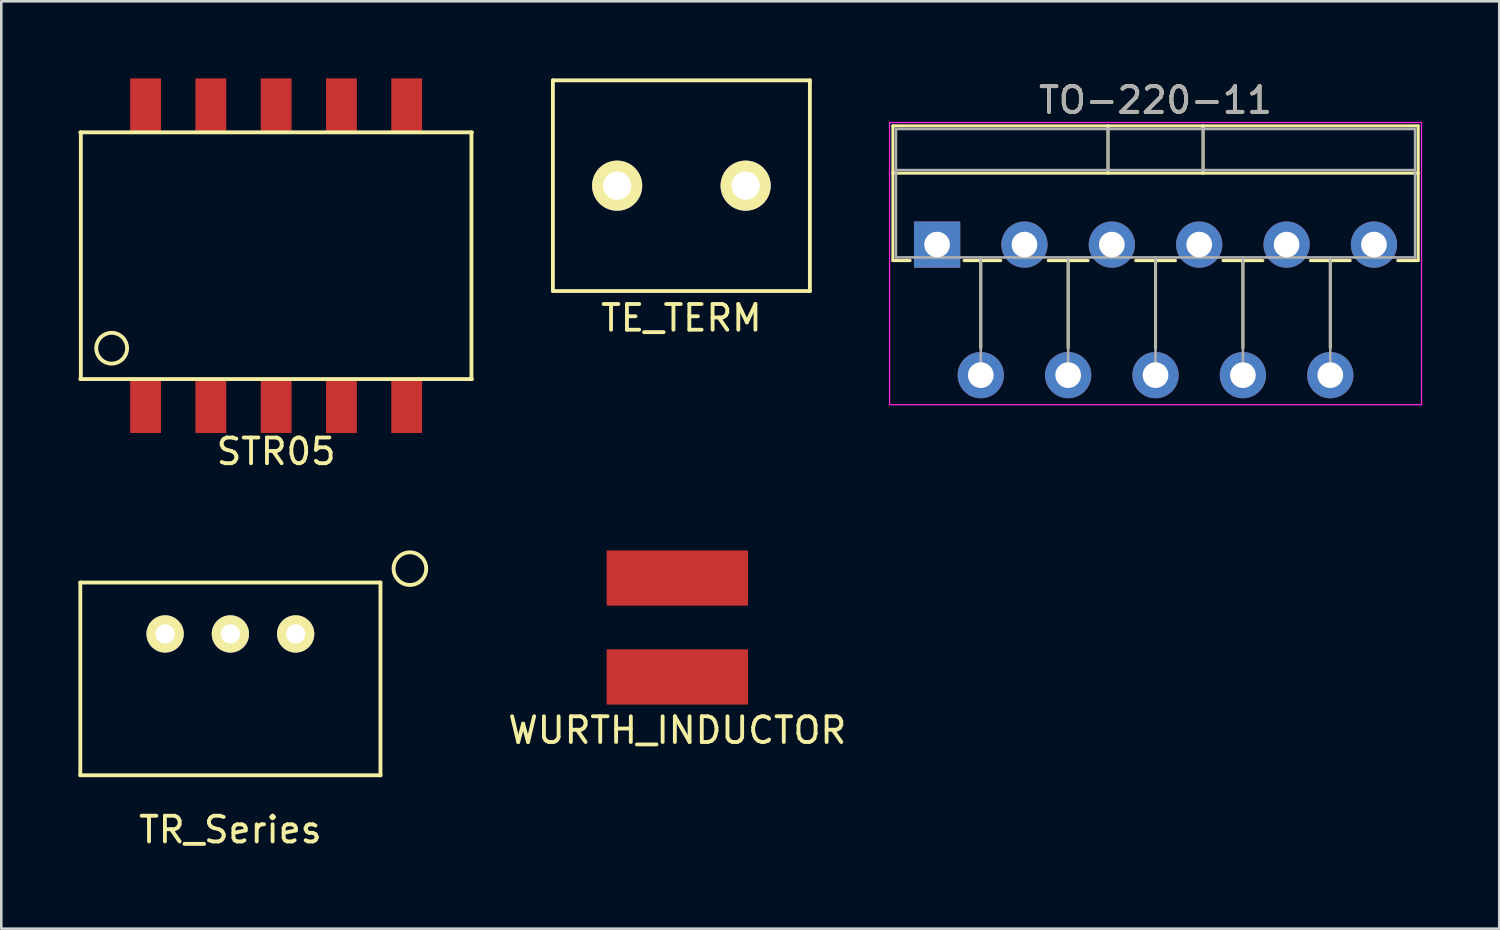
<source format=kicad_pcb>
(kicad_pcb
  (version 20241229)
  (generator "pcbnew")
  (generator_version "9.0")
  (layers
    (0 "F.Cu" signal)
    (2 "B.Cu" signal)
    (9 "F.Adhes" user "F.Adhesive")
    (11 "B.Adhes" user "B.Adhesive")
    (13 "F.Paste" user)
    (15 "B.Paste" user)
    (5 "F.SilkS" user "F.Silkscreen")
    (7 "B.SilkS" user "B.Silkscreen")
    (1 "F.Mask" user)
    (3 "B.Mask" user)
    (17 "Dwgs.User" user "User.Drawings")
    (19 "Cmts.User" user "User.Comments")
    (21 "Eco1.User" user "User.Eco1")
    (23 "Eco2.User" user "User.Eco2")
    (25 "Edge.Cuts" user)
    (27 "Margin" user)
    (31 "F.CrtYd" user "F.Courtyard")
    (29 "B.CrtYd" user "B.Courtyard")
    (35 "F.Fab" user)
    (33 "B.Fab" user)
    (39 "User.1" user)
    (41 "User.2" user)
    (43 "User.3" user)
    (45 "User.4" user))
  (footprint "TE_TERM"
    (layer "F.Cu")
    (at 23.465 4.175)
    (property "Reference" "TE_TERM" (at 0 5.15 0) (layer "F.SilkS") (effects (font (size 1 1) (thickness 0.15))))
    (attr through_hole)
    (fp_line (start -5 -4.1) (end -5 4.1) (stroke (width 0.15) (type solid)) (layer "F.SilkS"))
    (fp_line (start -5 -4.1) (end 5 -4.1) (stroke (width 0.15) (type solid)) (layer "F.SilkS"))
    (fp_line (start -5 4.1) (end 5 4.1) (stroke (width 0.15) (type solid)) (layer "F.SilkS"))
    (fp_line (start 5 -4.1) (end 5 4.1) (stroke (width 0.15) (type solid)) (layer "F.SilkS"))
    (pad "1" thru_hole circle (at -2.5 0) (size 1.95 1.95) (drill 1.1) (layers "*.Cu" "*.Mask" "F.SilkS"))
    (pad "2" thru_hole circle (at 2.5 0) (size 1.95 1.95) (drill 1.1) (layers "*.Cu" "*.Mask" "F.SilkS")))
  (footprint "WURTH_INDUCTOR"
    (layer "F.Cu")
    (at 23.306 21.368)
    (property "Reference" "WURTH_INDUCTOR" (at 0 4 0) (layer "F.SilkS") (effects (font (size 1 1) (thickness 0.15))))
    (attr through_hole)
    (pad "1" smd rect (at 0 -1.925) (size 5.5 2.15) (layers "F.Cu" "F.Mask" "F.Paste"))
    (pad "2" smd rect (at 0 1.925) (size 5.5 2.15) (layers "F.Cu" "F.Mask" "F.Paste")))
  (footprint "TR_Series"
    (layer "F.Cu")
    (at 5.915 21.618)
    (property "Reference" "TR_Series" (at 0 7.62 0) (layer "F.SilkS") (effects (font (size 1 1) (thickness 0.15))))
    (attr through_hole)
    (fp_line (start -5.84 -2) (end -5.84 5.5) (stroke (width 0.15) (type solid)) (layer "F.SilkS"))
    (fp_line (start -5.84 5.5) (end 5.84 5.5) (stroke (width 0.15) (type solid)) (layer "F.SilkS"))
    (fp_line (start 5.84 -2) (end -5.84 -2) (stroke (width 0.15) (type solid)) (layer "F.SilkS"))
    (fp_line (start 5.84 5.5) (end 5.84 -2) (stroke (width 0.15) (type solid)) (layer "F.SilkS"))
    (fp_circle (center 6.985 -2.54) (end 6.985 -3.175) (stroke (width 0.15) (type solid)) (fill no) (layer "F.SilkS"))
    (pad "GND" thru_hole circle (at 0 0) (size 1.45 1.45) (drill 0.75) (layers "*.Cu" "*.Mask" "F.SilkS"))
    (pad "VI" thru_hole circle (at 2.54 0) (size 1.45 1.45) (drill 0.75) (layers "*.Cu" "*.Mask" "F.SilkS"))
    (pad "VO" thru_hole circle (at -2.54 0) (size 1.45 1.45) (drill 0.75) (layers "*.Cu" "*.Mask" "F.SilkS")))
  (footprint "STR05"
    (layer "F.Cu")
    (at 7.695 6.9)
    (property "Reference" "STR05" (at 0 7.62 0) (layer "F.SilkS") (effects (font (size 1 1) (thickness 0.15))))
    (attr through_hole)
    (fp_line (start -7.62 -4.8) (end 7.62 -4.8) (stroke (width 0.15) (type solid)) (layer "F.SilkS"))
    (fp_line (start -7.6 -4.8) (end -7.6 4.8) (stroke (width 0.15) (type solid)) (layer "F.SilkS"))
    (fp_line (start 7.6 4.8) (end 7.6 -4.8) (stroke (width 0.15) (type solid)) (layer "F.SilkS"))
    (fp_line (start 7.62 4.8) (end -7.62 4.8) (stroke (width 0.15) (type solid)) (layer "F.SilkS"))
    (fp_circle (center -6.4 3.6) (end -6.4 3) (stroke (width 0.15) (type solid)) (fill no) (layer "F.SilkS"))
    (pad "1" smd rect (at -5.08 5.85) (size 1.2 2.1) (layers "F.Cu" "F.Mask" "F.Paste"))
    (pad "2" smd rect (at -2.54 5.85) (size 1.2 2.1) (layers "F.Cu" "F.Mask" "F.Paste"))
    (pad "3" smd rect (at 0 5.85) (size 1.2 2.1) (layers "F.Cu" "F.Mask" "F.Paste"))
    (pad "4" smd rect (at 2.54 5.85) (size 1.2 2.1) (layers "F.Cu" "F.Mask" "F.Paste"))
    (pad "5" smd rect (at 5.08 5.85) (size 1.2 2.1) (layers "F.Cu" "F.Mask" "F.Paste"))
    (pad "6" smd rect (at 5.08 -5.85) (size 1.2 2.1) (layers "F.Cu" "F.Mask" "F.Paste"))
    (pad "7" smd rect (at 2.54 -5.85) (size 1.2 2.1) (layers "F.Cu" "F.Mask" "F.Paste"))
    (pad "8" smd rect (at 0 -5.85) (size 1.2 2.1) (layers "F.Cu" "F.Mask" "F.Paste"))
    (pad "9" smd rect (at -2.54 -5.85) (size 1.2 2.1) (layers "F.Cu" "F.Mask" "F.Paste"))
    (pad "10" smd rect (at -5.08 -5.85) (size 1.2 2.1) (layers "F.Cu" "F.Mask" "F.Paste")))
  (footprint "TO-220-11"
    (layer "F.Cu")
    (at 33.415 6.468)
    (property "Reference" "TO-220-11" (at 8.5 -5.62 0) (layer "F.SilkS") (effects (font (size 1 1) (thickness 0.15))))
    (attr through_hole)
    (fp_line (start -1.72 -4.62) (end -1.72 0.621) (stroke (width 0.12) (type solid)) (layer "F.SilkS"))
    (fp_line (start -1.72 -4.62) (end 18.72 -4.62) (stroke (width 0.12) (type solid)) (layer "F.SilkS"))
    (fp_line (start -1.72 -2.78) (end 18.72 -2.78) (stroke (width 0.12) (type solid)) (layer "F.SilkS"))
    (fp_line (start -1.72 0.621) (end -1.05 0.621) (stroke (width 0.12) (type solid)) (layer "F.SilkS"))
    (fp_line (start 1.05 0.621) (end 2.476 0.621) (stroke (width 0.12) (type solid)) (layer "F.SilkS"))
    (fp_line (start 1.7 0.621) (end 1.7 4.015) (stroke (width 0.12) (type solid)) (layer "F.SilkS"))
    (fp_line (start 4.325 0.621) (end 5.876 0.621) (stroke (width 0.12) (type solid)) (layer "F.SilkS"))
    (fp_line (start 5.1 0.621) (end 5.1 4.015) (stroke (width 0.12) (type solid)) (layer "F.SilkS"))
    (fp_line (start 6.65 -4.62) (end 6.65 -2.78) (stroke (width 0.12) (type solid)) (layer "F.SilkS"))
    (fp_line (start 7.725 0.621) (end 9.276 0.621) (stroke (width 0.12) (type solid)) (layer "F.SilkS"))
    (fp_line (start 8.5 0.621) (end 8.5 4.015) (stroke (width 0.12) (type solid)) (layer "F.SilkS"))
    (fp_line (start 10.35 -4.62) (end 10.35 -2.78) (stroke (width 0.12) (type solid)) (layer "F.SilkS"))
    (fp_line (start 11.125 0.621) (end 12.676 0.621) (stroke (width 0.12) (type solid)) (layer "F.SilkS"))
    (fp_line (start 11.9 0.621) (end 11.9 4.015) (stroke (width 0.12) (type solid)) (layer "F.SilkS"))
    (fp_line (start 14.525 0.621) (end 16.076 0.621) (stroke (width 0.12) (type solid)) (layer "F.SilkS"))
    (fp_line (start 15.3 0.621) (end 15.3 4.015) (stroke (width 0.12) (type solid)) (layer "F.SilkS"))
    (fp_line (start 17.925 0.621) (end 18.72 0.621) (stroke (width 0.12) (type solid)) (layer "F.SilkS"))
    (fp_line (start 18.72 -4.62) (end 18.72 0.621) (stroke (width 0.12) (type solid)) (layer "F.SilkS"))
    (fp_line (start -1.85 -4.75) (end -1.85 6.23) (stroke (width 0.05) (type solid)) (layer "F.CrtYd"))
    (fp_line (start -1.85 6.23) (end 18.85 6.23) (stroke (width 0.05) (type solid)) (layer "F.CrtYd"))
    (fp_line (start 18.85 -4.75) (end -1.85 -4.75) (stroke (width 0.05) (type solid)) (layer "F.CrtYd"))
    (fp_line (start 18.85 6.23) (end 18.85 -4.75) (stroke (width 0.05) (type solid)) (layer "F.CrtYd"))
    (fp_line (start -1.6 -4.5) (end -1.6 0.5) (stroke (width 0.1) (type solid)) (layer "F.Fab"))
    (fp_line (start -1.6 -2.9) (end 18.6 -2.9) (stroke (width 0.1) (type solid)) (layer "F.Fab"))
    (fp_line (start -1.6 0.5) (end 18.6 0.5) (stroke (width 0.1) (type solid)) (layer "F.Fab"))
    (fp_line (start 1.7 0.5) (end 1.7 5.08) (stroke (width 0.1) (type solid)) (layer "F.Fab"))
    (fp_line (start 5.1 0.5) (end 5.1 5.08) (stroke (width 0.1) (type solid)) (layer "F.Fab"))
    (fp_line (start 6.65 -4.5) (end 6.65 -2.9) (stroke (width 0.1) (type solid)) (layer "F.Fab"))
    (fp_line (start 8.5 0.5) (end 8.5 5.08) (stroke (width 0.1) (type solid)) (layer "F.Fab"))
    (fp_line (start 10.35 -4.5) (end 10.35 -2.9) (stroke (width 0.1) (type solid)) (layer "F.Fab"))
    (fp_line (start 11.9 0.5) (end 11.9 5.08) (stroke (width 0.1) (type solid)) (layer "F.Fab"))
    (fp_line (start 15.3 0.5) (end 15.3 5.08) (stroke (width 0.1) (type solid)) (layer "F.Fab"))
    (fp_line (start 18.6 -4.5) (end -1.6 -4.5) (stroke (width 0.1) (type solid)) (layer "F.Fab"))
    (fp_line (start 18.6 0.5) (end 18.6 -4.5) (stroke (width 0.1) (type solid)) (layer "F.Fab"))
    (fp_text user "${REFERENCE}" (at 8.5 -5.62 0) (layer "F.Fab") (effects (font (size 1 1) (thickness 0.15))))
    (pad "1" thru_hole rect (at 0 0) (size 1.8 1.8) (drill 1) (layers "*.Cu" "*.Mask"))
    (pad "2" thru_hole oval (at 1.7 5.08) (size 1.8 1.8) (drill 1) (layers "*.Cu" "*.Mask"))
    (pad "3" thru_hole oval (at 3.4 0) (size 1.8 1.8) (drill 1) (layers "*.Cu" "*.Mask"))
    (pad "4" thru_hole oval (at 5.1 5.08) (size 1.8 1.8) (drill 1) (layers "*.Cu" "*.Mask"))
    (pad "5" thru_hole oval (at 6.8 0) (size 1.8 1.8) (drill 1) (layers "*.Cu" "*.Mask"))
    (pad "6" thru_hole oval (at 8.5 5.08) (size 1.8 1.8) (drill 1) (layers "*.Cu" "*.Mask"))
    (pad "7" thru_hole oval (at 10.2 0) (size 1.8 1.8) (drill 1) (layers "*.Cu" "*.Mask"))
    (pad "8" thru_hole oval (at 11.9 5.08) (size 1.8 1.8) (drill 1) (layers "*.Cu" "*.Mask"))
    (pad "9" thru_hole oval (at 13.6 0) (size 1.8 1.8) (drill 1) (layers "*.Cu" "*.Mask"))
    (pad "10" thru_hole oval (at 15.3 5.08) (size 1.8 1.8) (drill 1) (layers "*.Cu" "*.Mask"))
    (pad "11" thru_hole oval (at 17 0) (size 1.8 1.8) (drill 1) (layers "*.Cu" "*.Mask")))
  (gr_rect
    (start -3 -3)
    (end 55.29 33.087)
    (stroke (width 0.1) (type default))
    (fill no)
    (layer "Edge.Cuts")))
</source>
